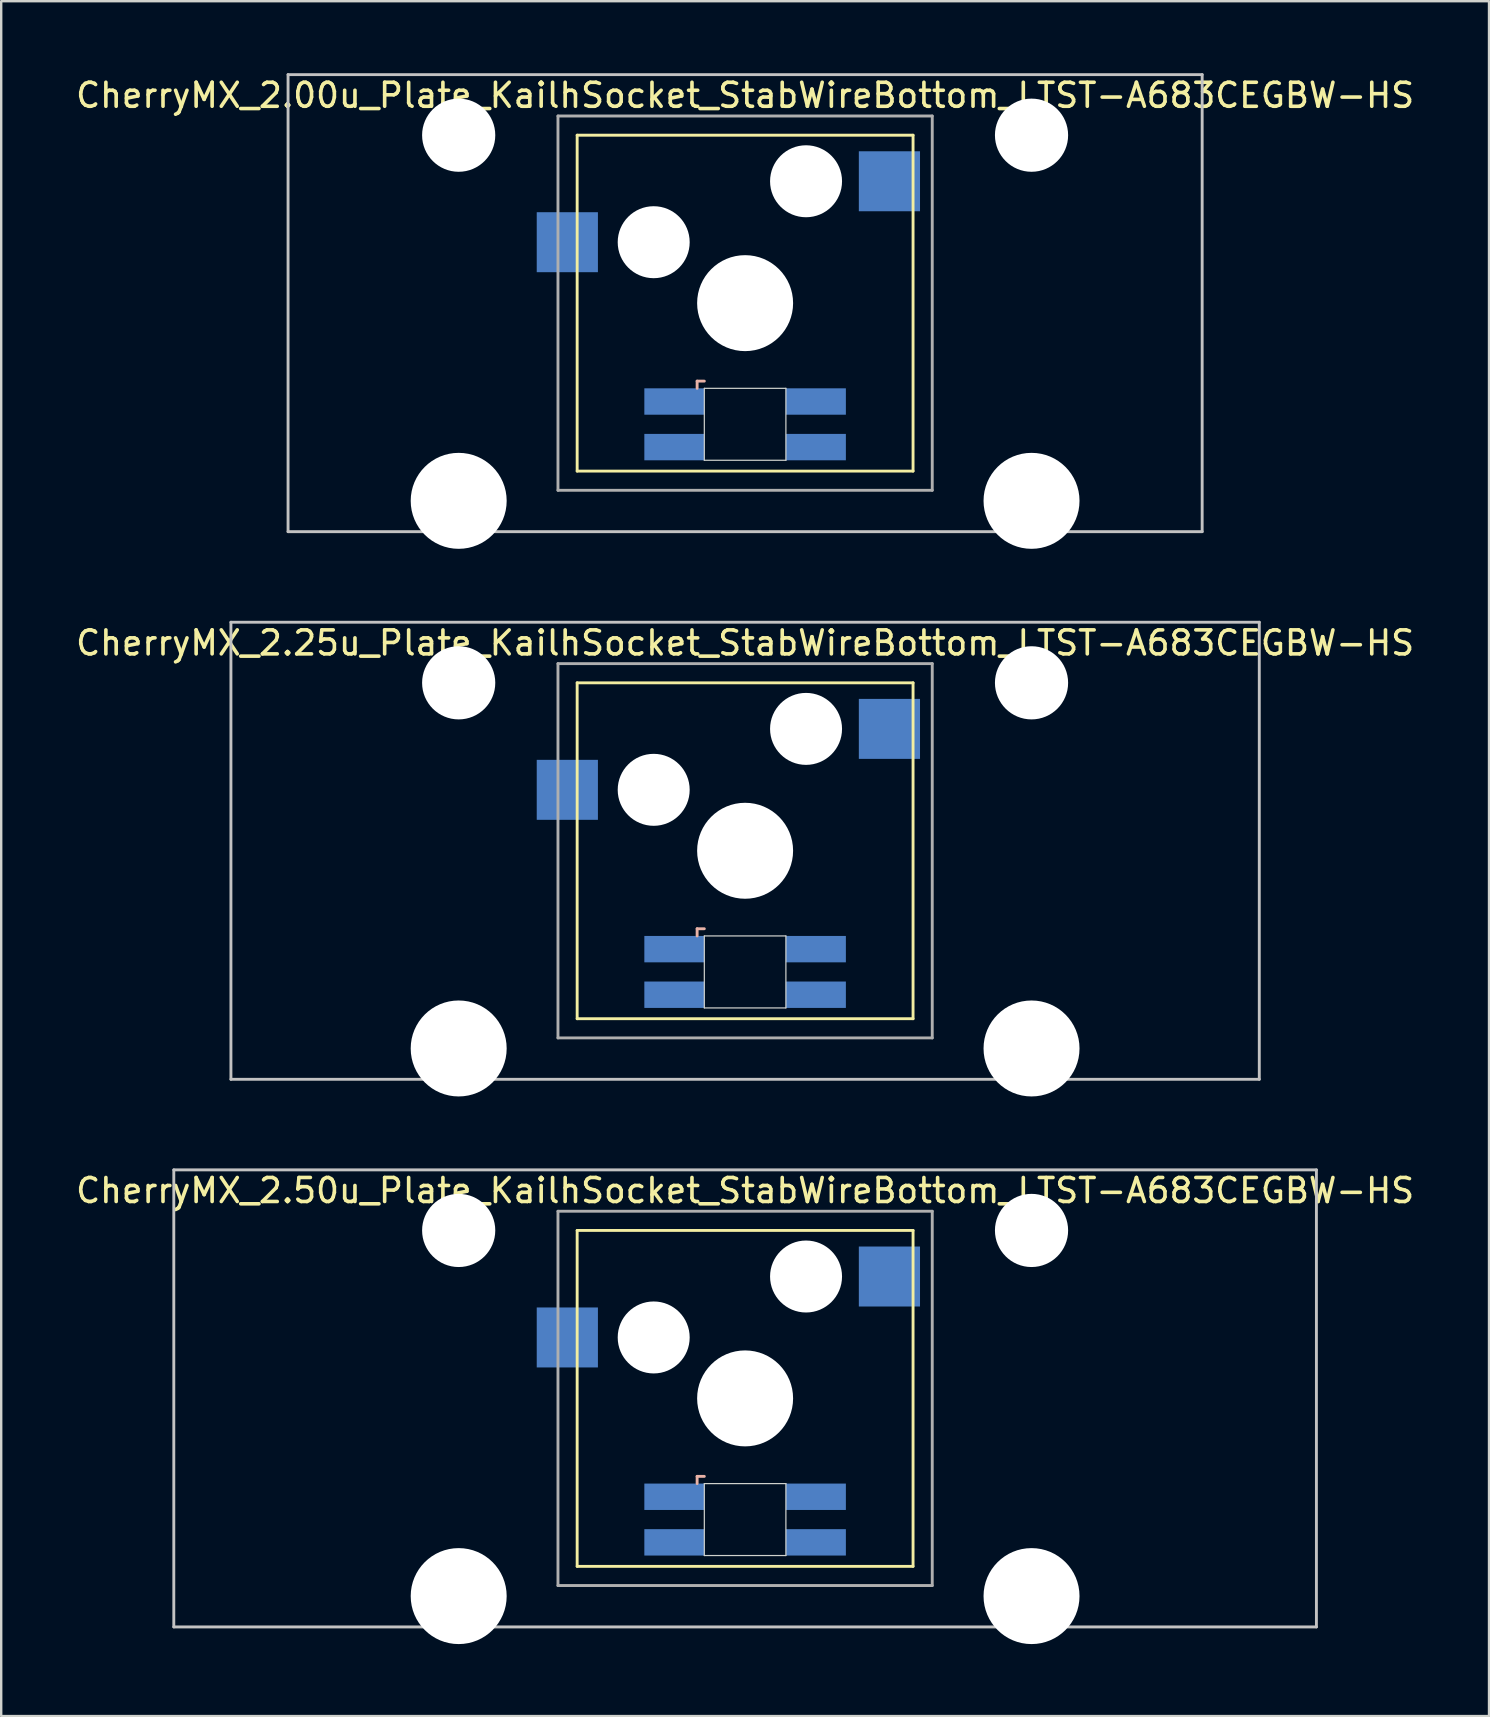
<source format=kicad_pcb>
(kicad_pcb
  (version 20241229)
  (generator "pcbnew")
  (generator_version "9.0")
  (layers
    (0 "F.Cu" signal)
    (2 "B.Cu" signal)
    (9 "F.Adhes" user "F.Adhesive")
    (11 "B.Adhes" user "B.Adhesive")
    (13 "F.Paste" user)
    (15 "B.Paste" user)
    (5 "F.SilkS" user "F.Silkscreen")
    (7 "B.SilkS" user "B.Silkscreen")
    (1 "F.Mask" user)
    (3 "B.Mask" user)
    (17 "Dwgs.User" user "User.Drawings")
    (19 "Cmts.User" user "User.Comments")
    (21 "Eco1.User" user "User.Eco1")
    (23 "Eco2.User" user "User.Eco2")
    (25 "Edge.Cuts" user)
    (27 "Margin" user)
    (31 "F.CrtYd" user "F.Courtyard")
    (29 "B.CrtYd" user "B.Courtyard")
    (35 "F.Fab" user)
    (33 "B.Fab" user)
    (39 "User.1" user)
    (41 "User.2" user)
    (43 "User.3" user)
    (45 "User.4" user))
  (footprint "CherryMX_2.50u_Plate_KailhSocket_StabWireBottom_LTST-A683CEGBW-HS"
    (layer "F.Cu")
    (at 28.006 55.235)
    (property "Reference" "CherryMX_2.50u_Plate_KailhSocket_StabWireBottom_LTST-A683CEGBW-HS" (at 0 -8.662 0) (layer "F.SilkS") (effects (font (size 1 1) (thickness 0.15))))
    (attr through_hole)
    (fp_line (start -7 -7) (end -7 7) (stroke (width 0.12) (type solid)) (layer "F.SilkS"))
    (fp_line (start -7 -7) (end 7 -7) (stroke (width 0.12) (type solid)) (layer "F.SilkS"))
    (fp_line (start 7 -7) (end 7 7) (stroke (width 0.12) (type solid)) (layer "F.SilkS"))
    (fp_line (start 7 7) (end -7 7) (stroke (width 0.12) (type solid)) (layer "F.SilkS"))
    (fp_line (start -2 3.25) (end -2 3.55) (stroke (width 0.12) (type solid)) (layer "B.SilkS"))
    (fp_line (start -1.7 3.25) (end -2 3.25) (stroke (width 0.12) (type solid)) (layer "B.SilkS"))
    (fp_line (start -23.812 -9.525) (end 23.812 -9.525) (stroke (width 0.12) (type solid)) (layer "Dwgs.User"))
    (fp_line (start -23.812 9.525) (end -23.812 -9.525) (stroke (width 0.12) (type solid)) (layer "Dwgs.User"))
    (fp_line (start 23.812 -9.525) (end 23.812 9.525) (stroke (width 0.12) (type solid)) (layer "Dwgs.User"))
    (fp_line (start 23.812 9.525) (end -23.812 9.525) (stroke (width 0.12) (type solid)) (layer "Dwgs.User"))
    (fp_line (start -1.7 3.55) (end 1.7 3.55) (stroke (width 0.05) (type solid)) (layer "Edge.Cuts"))
    (fp_line (start -1.7 6.55) (end -1.7 3.55) (stroke (width 0.05) (type solid)) (layer "Edge.Cuts"))
    (fp_line (start 1.7 3.55) (end 1.7 6.55) (stroke (width 0.05) (type solid)) (layer "Edge.Cuts"))
    (fp_line (start 1.7 6.55) (end -1.7 6.55) (stroke (width 0.05) (type solid)) (layer "Edge.Cuts"))
    (fp_line (start -7.8 -7.8) (end -7.8 7.8) (stroke (width 0.12) (type solid)) (layer "F.Fab"))
    (fp_line (start -7.8 -7.8) (end 7.8 -7.8) (stroke (width 0.12) (type solid)) (layer "F.Fab"))
    (fp_line (start -7.8 7.8) (end 7.8 7.8) (stroke (width 0.12) (type solid)) (layer "F.Fab"))
    (fp_line (start 7.8 -7.8) (end 7.8 7.8) (stroke (width 0.12) (type solid)) (layer "F.Fab"))
    (pad "" np_thru_hole circle (at -11.938 -7) (size 3.05 3.05) (drill 3.05) (layers "*.Cu" "*.Mask"))
    (pad "" np_thru_hole circle (at -11.938 8.24) (size 4 4) (drill 4) (layers "*.Cu" "*.Mask"))
    (pad "" np_thru_hole circle (at -3.81 -2.54) (size 3 3) (drill 3) (layers "*.Cu" "*.Mask"))
    (pad "" np_thru_hole circle (at 0 0) (size 4 4) (drill 4) (layers "*.Cu" "*.Mask"))
    (pad "" np_thru_hole circle (at 2.54 -5.08) (size 3 3) (drill 3) (layers "*.Cu" "*.Mask"))
    (pad "" np_thru_hole circle (at 11.938 -7) (size 3.05 3.05) (drill 3.05) (layers "*.Cu" "*.Mask"))
    (pad "" np_thru_hole circle (at 11.938 8.24) (size 4 4) (drill 4) (layers "*.Cu" "*.Mask"))
    (pad "1" smd rect (at -7.41 -2.54) (size 2.55 2.5) (layers "B.Cu" "B.Mask" "B.Paste"))
    (pad "2" smd rect (at 6.015 -5.08) (size 2.55 2.5) (layers "B.Cu" "B.Mask" "B.Paste"))
    (pad "3" smd rect (at -2.95 4.1) (size 2.5 1.1) (layers "B.Cu" "B.Mask" "B.Paste"))
    (pad "4" smd rect (at -2.95 6) (size 2.5 1.1) (layers "B.Cu" "B.Mask" "B.Paste"))
    (pad "5" smd rect (at 2.95 4.1) (size 2.5 1.1) (layers "B.Cu" "B.Mask" "B.Paste"))
    (pad "6" smd rect (at 2.95 6) (size 2.5 1.1) (layers "B.Cu" "B.Mask" "B.Paste")))
  (footprint "CherryMX_2.25u_Plate_KailhSocket_StabWireBottom_LTST-A683CEGBW-HS"
    (layer "F.Cu")
    (at 28.006 32.41)
    (property "Reference" "CherryMX_2.25u_Plate_KailhSocket_StabWireBottom_LTST-A683CEGBW-HS" (at 0 -8.662 0) (layer "F.SilkS") (effects (font (size 1 1) (thickness 0.15))))
    (attr through_hole)
    (fp_line (start -7 -7) (end -7 7) (stroke (width 0.12) (type solid)) (layer "F.SilkS"))
    (fp_line (start -7 -7) (end 7 -7) (stroke (width 0.12) (type solid)) (layer "F.SilkS"))
    (fp_line (start 7 -7) (end 7 7) (stroke (width 0.12) (type solid)) (layer "F.SilkS"))
    (fp_line (start 7 7) (end -7 7) (stroke (width 0.12) (type solid)) (layer "F.SilkS"))
    (fp_line (start -2 3.25) (end -2 3.55) (stroke (width 0.12) (type solid)) (layer "B.SilkS"))
    (fp_line (start -1.7 3.25) (end -2 3.25) (stroke (width 0.12) (type solid)) (layer "B.SilkS"))
    (fp_line (start -21.431 -9.525) (end 21.431 -9.525) (stroke (width 0.12) (type solid)) (layer "Dwgs.User"))
    (fp_line (start -21.431 9.525) (end -21.431 -9.525) (stroke (width 0.12) (type solid)) (layer "Dwgs.User"))
    (fp_line (start 21.431 -9.525) (end 21.431 9.525) (stroke (width 0.12) (type solid)) (layer "Dwgs.User"))
    (fp_line (start 21.431 9.525) (end -21.431 9.525) (stroke (width 0.12) (type solid)) (layer "Dwgs.User"))
    (fp_line (start -1.7 3.55) (end 1.7 3.55) (stroke (width 0.05) (type solid)) (layer "Edge.Cuts"))
    (fp_line (start -1.7 6.55) (end -1.7 3.55) (stroke (width 0.05) (type solid)) (layer "Edge.Cuts"))
    (fp_line (start 1.7 3.55) (end 1.7 6.55) (stroke (width 0.05) (type solid)) (layer "Edge.Cuts"))
    (fp_line (start 1.7 6.55) (end -1.7 6.55) (stroke (width 0.05) (type solid)) (layer "Edge.Cuts"))
    (fp_line (start -7.8 -7.8) (end -7.8 7.8) (stroke (width 0.12) (type solid)) (layer "F.Fab"))
    (fp_line (start -7.8 -7.8) (end 7.8 -7.8) (stroke (width 0.12) (type solid)) (layer "F.Fab"))
    (fp_line (start -7.8 7.8) (end 7.8 7.8) (stroke (width 0.12) (type solid)) (layer "F.Fab"))
    (fp_line (start 7.8 -7.8) (end 7.8 7.8) (stroke (width 0.12) (type solid)) (layer "F.Fab"))
    (pad "" np_thru_hole circle (at -11.938 -7) (size 3.05 3.05) (drill 3.05) (layers "*.Cu" "*.Mask"))
    (pad "" np_thru_hole circle (at -11.938 8.24) (size 4 4) (drill 4) (layers "*.Cu" "*.Mask"))
    (pad "" np_thru_hole circle (at -3.81 -2.54) (size 3 3) (drill 3) (layers "*.Cu" "*.Mask"))
    (pad "" np_thru_hole circle (at 0 0) (size 4 4) (drill 4) (layers "*.Cu" "*.Mask"))
    (pad "" np_thru_hole circle (at 2.54 -5.08) (size 3 3) (drill 3) (layers "*.Cu" "*.Mask"))
    (pad "" np_thru_hole circle (at 11.938 -7) (size 3.05 3.05) (drill 3.05) (layers "*.Cu" "*.Mask"))
    (pad "" np_thru_hole circle (at 11.938 8.24) (size 4 4) (drill 4) (layers "*.Cu" "*.Mask"))
    (pad "1" smd rect (at -7.41 -2.54) (size 2.55 2.5) (layers "B.Cu" "B.Mask" "B.Paste"))
    (pad "2" smd rect (at 6.015 -5.08) (size 2.55 2.5) (layers "B.Cu" "B.Mask" "B.Paste"))
    (pad "3" smd rect (at -2.95 4.1) (size 2.5 1.1) (layers "B.Cu" "B.Mask" "B.Paste"))
    (pad "4" smd rect (at -2.95 6) (size 2.5 1.1) (layers "B.Cu" "B.Mask" "B.Paste"))
    (pad "5" smd rect (at 2.95 4.1) (size 2.5 1.1) (layers "B.Cu" "B.Mask" "B.Paste"))
    (pad "6" smd rect (at 2.95 6) (size 2.5 1.1) (layers "B.Cu" "B.Mask" "B.Paste")))
  (footprint "CherryMX_2.00u_Plate_KailhSocket_StabWireBottom_LTST-A683CEGBW-HS"
    (layer "F.Cu")
    (at 28.006 9.585)
    (property "Reference" "CherryMX_2.00u_Plate_KailhSocket_StabWireBottom_LTST-A683CEGBW-HS" (at 0 -8.662 0) (layer "F.SilkS") (effects (font (size 1 1) (thickness 0.15))))
    (attr through_hole)
    (fp_line (start -7 -7) (end -7 7) (stroke (width 0.12) (type solid)) (layer "F.SilkS"))
    (fp_line (start -7 -7) (end 7 -7) (stroke (width 0.12) (type solid)) (layer "F.SilkS"))
    (fp_line (start 7 -7) (end 7 7) (stroke (width 0.12) (type solid)) (layer "F.SilkS"))
    (fp_line (start 7 7) (end -7 7) (stroke (width 0.12) (type solid)) (layer "F.SilkS"))
    (fp_line (start -2 3.25) (end -2 3.55) (stroke (width 0.12) (type solid)) (layer "B.SilkS"))
    (fp_line (start -1.7 3.25) (end -2 3.25) (stroke (width 0.12) (type solid)) (layer "B.SilkS"))
    (fp_line (start -19.05 -9.525) (end 19.05 -9.525) (stroke (width 0.12) (type solid)) (layer "Dwgs.User"))
    (fp_line (start -19.05 9.525) (end -19.05 -9.525) (stroke (width 0.12) (type solid)) (layer "Dwgs.User"))
    (fp_line (start 19.05 -9.525) (end 19.05 9.525) (stroke (width 0.12) (type solid)) (layer "Dwgs.User"))
    (fp_line (start 19.05 9.525) (end -19.05 9.525) (stroke (width 0.12) (type solid)) (layer "Dwgs.User"))
    (fp_line (start -1.7 3.55) (end 1.7 3.55) (stroke (width 0.05) (type solid)) (layer "Edge.Cuts"))
    (fp_line (start -1.7 6.55) (end -1.7 3.55) (stroke (width 0.05) (type solid)) (layer "Edge.Cuts"))
    (fp_line (start 1.7 3.55) (end 1.7 6.55) (stroke (width 0.05) (type solid)) (layer "Edge.Cuts"))
    (fp_line (start 1.7 6.55) (end -1.7 6.55) (stroke (width 0.05) (type solid)) (layer "Edge.Cuts"))
    (fp_line (start -7.8 -7.8) (end -7.8 7.8) (stroke (width 0.12) (type solid)) (layer "F.Fab"))
    (fp_line (start -7.8 -7.8) (end 7.8 -7.8) (stroke (width 0.12) (type solid)) (layer "F.Fab"))
    (fp_line (start -7.8 7.8) (end 7.8 7.8) (stroke (width 0.12) (type solid)) (layer "F.Fab"))
    (fp_line (start 7.8 -7.8) (end 7.8 7.8) (stroke (width 0.12) (type solid)) (layer "F.Fab"))
    (pad "" np_thru_hole circle (at -11.938 -7) (size 3.05 3.05) (drill 3.05) (layers "*.Cu" "*.Mask"))
    (pad "" np_thru_hole circle (at -11.938 8.24) (size 4 4) (drill 4) (layers "*.Cu" "*.Mask"))
    (pad "" np_thru_hole circle (at -3.81 -2.54) (size 3 3) (drill 3) (layers "*.Cu" "*.Mask"))
    (pad "" np_thru_hole circle (at 0 0) (size 4 4) (drill 4) (layers "*.Cu" "*.Mask"))
    (pad "" np_thru_hole circle (at 2.54 -5.08) (size 3 3) (drill 3) (layers "*.Cu" "*.Mask"))
    (pad "" np_thru_hole circle (at 11.938 -7) (size 3.05 3.05) (drill 3.05) (layers "*.Cu" "*.Mask"))
    (pad "" np_thru_hole circle (at 11.938 8.24) (size 4 4) (drill 4) (layers "*.Cu" "*.Mask"))
    (pad "1" smd rect (at -7.41 -2.54) (size 2.55 2.5) (layers "B.Cu" "B.Mask" "B.Paste"))
    (pad "2" smd rect (at 6.015 -5.08) (size 2.55 2.5) (layers "B.Cu" "B.Mask" "B.Paste"))
    (pad "3" smd rect (at -2.95 4.1) (size 2.5 1.1) (layers "B.Cu" "B.Mask" "B.Paste"))
    (pad "4" smd rect (at -2.95 6) (size 2.5 1.1) (layers "B.Cu" "B.Mask" "B.Paste"))
    (pad "5" smd rect (at 2.95 4.1) (size 2.5 1.1) (layers "B.Cu" "B.Mask" "B.Paste"))
    (pad "6" smd rect (at 2.95 6) (size 2.5 1.1) (layers "B.Cu" "B.Mask" "B.Paste")))
  (gr_rect
    (start -3 -3)
    (end 59.012 68.475)
    (stroke (width 0.1) (type default))
    (fill no)
    (layer "Edge.Cuts")))
</source>
